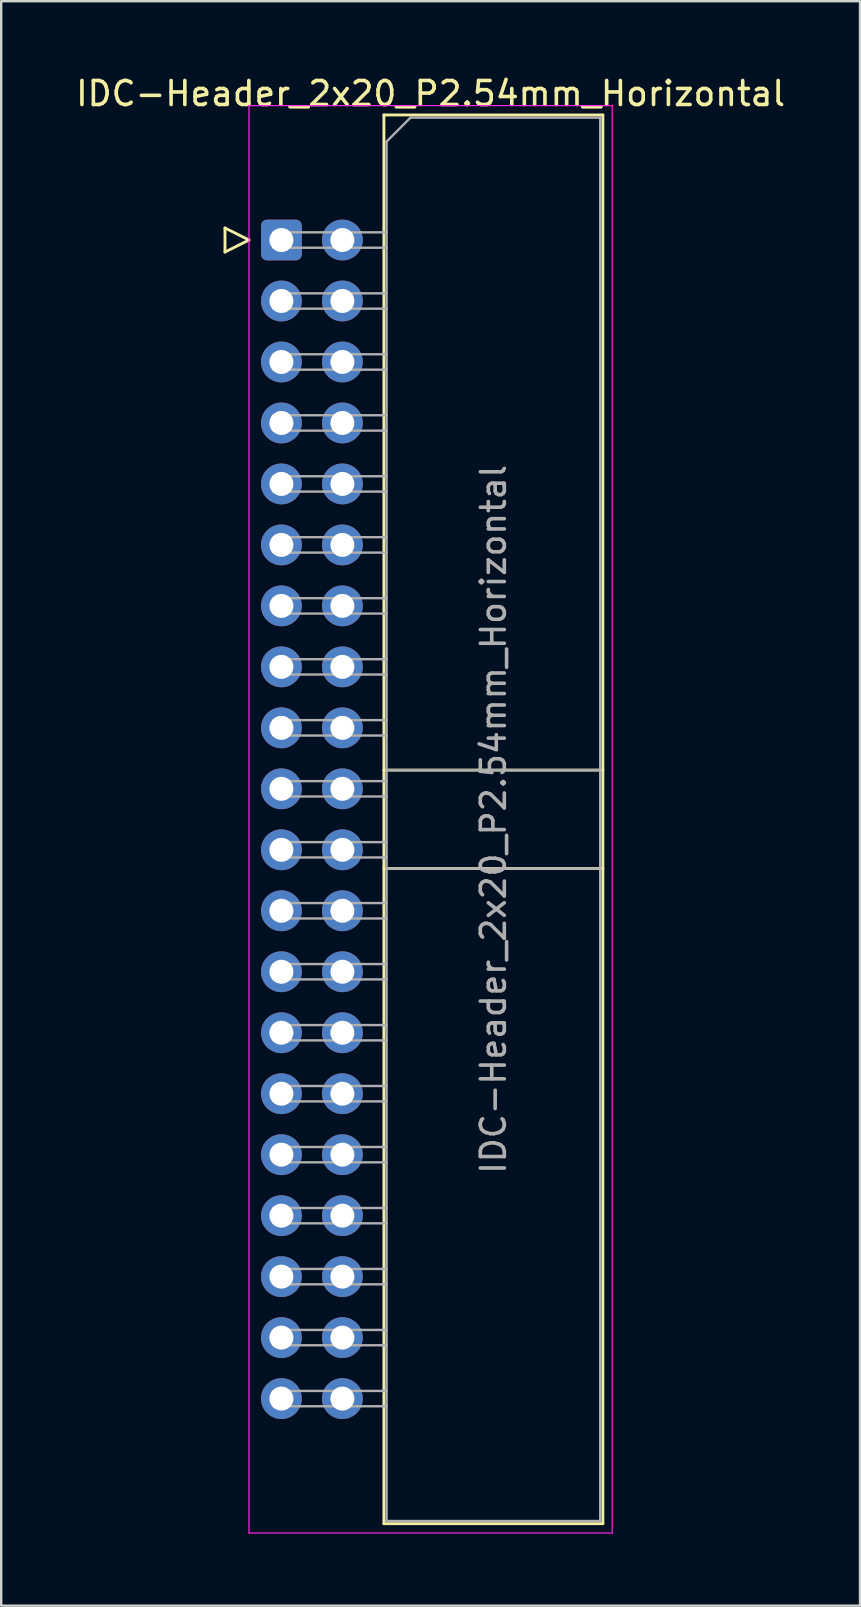
<source format=kicad_pcb>
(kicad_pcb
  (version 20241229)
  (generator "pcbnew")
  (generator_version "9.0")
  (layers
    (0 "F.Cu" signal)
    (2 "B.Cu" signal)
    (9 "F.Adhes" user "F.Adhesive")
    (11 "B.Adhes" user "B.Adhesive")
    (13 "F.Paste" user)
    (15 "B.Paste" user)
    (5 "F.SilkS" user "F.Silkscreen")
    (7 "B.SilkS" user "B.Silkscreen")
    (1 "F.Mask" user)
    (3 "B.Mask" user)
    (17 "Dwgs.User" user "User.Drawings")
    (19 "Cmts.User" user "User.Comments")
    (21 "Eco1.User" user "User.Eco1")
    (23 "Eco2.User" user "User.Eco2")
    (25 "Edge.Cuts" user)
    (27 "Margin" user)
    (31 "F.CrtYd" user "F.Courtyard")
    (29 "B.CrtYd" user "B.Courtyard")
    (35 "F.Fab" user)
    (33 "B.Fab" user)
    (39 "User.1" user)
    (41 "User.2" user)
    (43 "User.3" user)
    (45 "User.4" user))
  (footprint "IDC-Header_2x20_P2.54mm_Horizontal"
    (layer "F.Cu")
    (at 8.672 6.948)
    (property "Reference" "IDC-Header_2x20_P2.54mm_Horizontal" (at 6.215 -6.1 0) (layer "F.SilkS") (effects (font (size 1 1) (thickness 0.15))))
    (attr through_hole)
    (fp_line (start -2.35 -0.5) (end -2.35 0.5) (stroke (width 0.12) (type solid)) (layer "F.SilkS"))
    (fp_line (start -2.35 0.5) (end -1.35 0) (stroke (width 0.12) (type solid)) (layer "F.SilkS"))
    (fp_line (start -1.35 0) (end -2.35 -0.5) (stroke (width 0.12) (type solid)) (layer "F.SilkS"))
    (fp_line (start 4.27 -5.21) (end 13.39 -5.21) (stroke (width 0.12) (type solid)) (layer "F.SilkS"))
    (fp_line (start 4.27 22.08) (end 13.39 22.08) (stroke (width 0.12) (type solid)) (layer "F.SilkS"))
    (fp_line (start 4.27 26.18) (end 13.39 26.18) (stroke (width 0.12) (type solid)) (layer "F.SilkS"))
    (fp_line (start 4.27 53.47) (end 4.27 -5.21) (stroke (width 0.12) (type solid)) (layer "F.SilkS"))
    (fp_line (start 13.39 -5.21) (end 13.39 53.47) (stroke (width 0.12) (type solid)) (layer "F.SilkS"))
    (fp_line (start 13.39 53.47) (end 4.27 53.47) (stroke (width 0.12) (type solid)) (layer "F.SilkS"))
    (fp_line (start -1.35 -5.6) (end -1.35 53.86) (stroke (width 0.05) (type solid)) (layer "F.CrtYd"))
    (fp_line (start -1.35 53.86) (end 13.78 53.86) (stroke (width 0.05) (type solid)) (layer "F.CrtYd"))
    (fp_line (start 13.78 -5.6) (end -1.35 -5.6) (stroke (width 0.05) (type solid)) (layer "F.CrtYd"))
    (fp_line (start 13.78 53.86) (end 13.78 -5.6) (stroke (width 0.05) (type solid)) (layer "F.CrtYd"))
    (fp_line (start -0.32 -0.32) (end -0.32 0.32) (stroke (width 0.1) (type solid)) (layer "F.Fab"))
    (fp_line (start -0.32 0.32) (end 4.38 0.32) (stroke (width 0.1) (type solid)) (layer "F.Fab"))
    (fp_line (start -0.32 2.22) (end -0.32 2.86) (stroke (width 0.1) (type solid)) (layer "F.Fab"))
    (fp_line (start -0.32 2.86) (end 4.38 2.86) (stroke (width 0.1) (type solid)) (layer "F.Fab"))
    (fp_line (start -0.32 4.76) (end -0.32 5.4) (stroke (width 0.1) (type solid)) (layer "F.Fab"))
    (fp_line (start -0.32 5.4) (end 4.38 5.4) (stroke (width 0.1) (type solid)) (layer "F.Fab"))
    (fp_line (start -0.32 7.3) (end -0.32 7.94) (stroke (width 0.1) (type solid)) (layer "F.Fab"))
    (fp_line (start -0.32 7.94) (end 4.38 7.94) (stroke (width 0.1) (type solid)) (layer "F.Fab"))
    (fp_line (start -0.32 9.84) (end -0.32 10.48) (stroke (width 0.1) (type solid)) (layer "F.Fab"))
    (fp_line (start -0.32 10.48) (end 4.38 10.48) (stroke (width 0.1) (type solid)) (layer "F.Fab"))
    (fp_line (start -0.32 12.38) (end -0.32 13.02) (stroke (width 0.1) (type solid)) (layer "F.Fab"))
    (fp_line (start -0.32 13.02) (end 4.38 13.02) (stroke (width 0.1) (type solid)) (layer "F.Fab"))
    (fp_line (start -0.32 14.92) (end -0.32 15.56) (stroke (width 0.1) (type solid)) (layer "F.Fab"))
    (fp_line (start -0.32 15.56) (end 4.38 15.56) (stroke (width 0.1) (type solid)) (layer "F.Fab"))
    (fp_line (start -0.32 17.46) (end -0.32 18.1) (stroke (width 0.1) (type solid)) (layer "F.Fab"))
    (fp_line (start -0.32 18.1) (end 4.38 18.1) (stroke (width 0.1) (type solid)) (layer "F.Fab"))
    (fp_line (start -0.32 20) (end -0.32 20.64) (stroke (width 0.1) (type solid)) (layer "F.Fab"))
    (fp_line (start -0.32 20.64) (end 4.38 20.64) (stroke (width 0.1) (type solid)) (layer "F.Fab"))
    (fp_line (start -0.32 22.54) (end -0.32 23.18) (stroke (width 0.1) (type solid)) (layer "F.Fab"))
    (fp_line (start -0.32 23.18) (end 4.38 23.18) (stroke (width 0.1) (type solid)) (layer "F.Fab"))
    (fp_line (start -0.32 25.08) (end -0.32 25.72) (stroke (width 0.1) (type solid)) (layer "F.Fab"))
    (fp_line (start -0.32 25.72) (end 4.38 25.72) (stroke (width 0.1) (type solid)) (layer "F.Fab"))
    (fp_line (start -0.32 27.62) (end -0.32 28.26) (stroke (width 0.1) (type solid)) (layer "F.Fab"))
    (fp_line (start -0.32 28.26) (end 4.38 28.26) (stroke (width 0.1) (type solid)) (layer "F.Fab"))
    (fp_line (start -0.32 30.16) (end -0.32 30.8) (stroke (width 0.1) (type solid)) (layer "F.Fab"))
    (fp_line (start -0.32 30.8) (end 4.38 30.8) (stroke (width 0.1) (type solid)) (layer "F.Fab"))
    (fp_line (start -0.32 32.7) (end -0.32 33.34) (stroke (width 0.1) (type solid)) (layer "F.Fab"))
    (fp_line (start -0.32 33.34) (end 4.38 33.34) (stroke (width 0.1) (type solid)) (layer "F.Fab"))
    (fp_line (start -0.32 35.24) (end -0.32 35.88) (stroke (width 0.1) (type solid)) (layer "F.Fab"))
    (fp_line (start -0.32 35.88) (end 4.38 35.88) (stroke (width 0.1) (type solid)) (layer "F.Fab"))
    (fp_line (start -0.32 37.78) (end -0.32 38.42) (stroke (width 0.1) (type solid)) (layer "F.Fab"))
    (fp_line (start -0.32 38.42) (end 4.38 38.42) (stroke (width 0.1) (type solid)) (layer "F.Fab"))
    (fp_line (start -0.32 40.32) (end -0.32 40.96) (stroke (width 0.1) (type solid)) (layer "F.Fab"))
    (fp_line (start -0.32 40.96) (end 4.38 40.96) (stroke (width 0.1) (type solid)) (layer "F.Fab"))
    (fp_line (start -0.32 42.86) (end -0.32 43.5) (stroke (width 0.1) (type solid)) (layer "F.Fab"))
    (fp_line (start -0.32 43.5) (end 4.38 43.5) (stroke (width 0.1) (type solid)) (layer "F.Fab"))
    (fp_line (start -0.32 45.4) (end -0.32 46.04) (stroke (width 0.1) (type solid)) (layer "F.Fab"))
    (fp_line (start -0.32 46.04) (end 4.38 46.04) (stroke (width 0.1) (type solid)) (layer "F.Fab"))
    (fp_line (start -0.32 47.94) (end -0.32 48.58) (stroke (width 0.1) (type solid)) (layer "F.Fab"))
    (fp_line (start -0.32 48.58) (end 4.38 48.58) (stroke (width 0.1) (type solid)) (layer "F.Fab"))
    (fp_line (start 4.38 -4.1) (end 5.38 -5.1) (stroke (width 0.1) (type solid)) (layer "F.Fab"))
    (fp_line (start 4.38 -0.32) (end -0.32 -0.32) (stroke (width 0.1) (type solid)) (layer "F.Fab"))
    (fp_line (start 4.38 2.22) (end -0.32 2.22) (stroke (width 0.1) (type solid)) (layer "F.Fab"))
    (fp_line (start 4.38 4.76) (end -0.32 4.76) (stroke (width 0.1) (type solid)) (layer "F.Fab"))
    (fp_line (start 4.38 7.3) (end -0.32 7.3) (stroke (width 0.1) (type solid)) (layer "F.Fab"))
    (fp_line (start 4.38 9.84) (end -0.32 9.84) (stroke (width 0.1) (type solid)) (layer "F.Fab"))
    (fp_line (start 4.38 12.38) (end -0.32 12.38) (stroke (width 0.1) (type solid)) (layer "F.Fab"))
    (fp_line (start 4.38 14.92) (end -0.32 14.92) (stroke (width 0.1) (type solid)) (layer "F.Fab"))
    (fp_line (start 4.38 17.46) (end -0.32 17.46) (stroke (width 0.1) (type solid)) (layer "F.Fab"))
    (fp_line (start 4.38 20) (end -0.32 20) (stroke (width 0.1) (type solid)) (layer "F.Fab"))
    (fp_line (start 4.38 22.08) (end 13.28 22.08) (stroke (width 0.1) (type solid)) (layer "F.Fab"))
    (fp_line (start 4.38 22.54) (end -0.32 22.54) (stroke (width 0.1) (type solid)) (layer "F.Fab"))
    (fp_line (start 4.38 25.08) (end -0.32 25.08) (stroke (width 0.1) (type solid)) (layer "F.Fab"))
    (fp_line (start 4.38 26.18) (end 13.28 26.18) (stroke (width 0.1) (type solid)) (layer "F.Fab"))
    (fp_line (start 4.38 27.62) (end -0.32 27.62) (stroke (width 0.1) (type solid)) (layer "F.Fab"))
    (fp_line (start 4.38 30.16) (end -0.32 30.16) (stroke (width 0.1) (type solid)) (layer "F.Fab"))
    (fp_line (start 4.38 32.7) (end -0.32 32.7) (stroke (width 0.1) (type solid)) (layer "F.Fab"))
    (fp_line (start 4.38 35.24) (end -0.32 35.24) (stroke (width 0.1) (type solid)) (layer "F.Fab"))
    (fp_line (start 4.38 37.78) (end -0.32 37.78) (stroke (width 0.1) (type solid)) (layer "F.Fab"))
    (fp_line (start 4.38 40.32) (end -0.32 40.32) (stroke (width 0.1) (type solid)) (layer "F.Fab"))
    (fp_line (start 4.38 42.86) (end -0.32 42.86) (stroke (width 0.1) (type solid)) (layer "F.Fab"))
    (fp_line (start 4.38 45.4) (end -0.32 45.4) (stroke (width 0.1) (type solid)) (layer "F.Fab"))
    (fp_line (start 4.38 47.94) (end -0.32 47.94) (stroke (width 0.1) (type solid)) (layer "F.Fab"))
    (fp_line (start 4.38 53.36) (end 4.38 -4.1) (stroke (width 0.1) (type solid)) (layer "F.Fab"))
    (fp_line (start 5.38 -5.1) (end 13.28 -5.1) (stroke (width 0.1) (type solid)) (layer "F.Fab"))
    (fp_line (start 13.28 -5.1) (end 13.28 53.36) (stroke (width 0.1) (type solid)) (layer "F.Fab"))
    (fp_line (start 13.28 53.36) (end 4.38 53.36) (stroke (width 0.1) (type solid)) (layer "F.Fab"))
    (fp_text user "${REFERENCE}" (at 8.83 24.13 90) (layer "F.Fab") (effects (font (size 1 1) (thickness 0.15))))
    (pad "1" thru_hole roundrect (at 0 0) (size 1.7 1.7) (drill 1) (layers "*.Cu" "*.Mask") (roundrect_rratio 0.147))
    (pad "2" thru_hole circle (at 2.54 0) (size 1.7 1.7) (drill 1) (layers "*.Cu" "*.Mask"))
    (pad "3" thru_hole circle (at 0 2.54) (size 1.7 1.7) (drill 1) (layers "*.Cu" "*.Mask"))
    (pad "4" thru_hole circle (at 2.54 2.54) (size 1.7 1.7) (drill 1) (layers "*.Cu" "*.Mask"))
    (pad "5" thru_hole circle (at 0 5.08) (size 1.7 1.7) (drill 1) (layers "*.Cu" "*.Mask"))
    (pad "6" thru_hole circle (at 2.54 5.08) (size 1.7 1.7) (drill 1) (layers "*.Cu" "*.Mask"))
    (pad "7" thru_hole circle (at 0 7.62) (size 1.7 1.7) (drill 1) (layers "*.Cu" "*.Mask"))
    (pad "8" thru_hole circle (at 2.54 7.62) (size 1.7 1.7) (drill 1) (layers "*.Cu" "*.Mask"))
    (pad "9" thru_hole circle (at 0 10.16) (size 1.7 1.7) (drill 1) (layers "*.Cu" "*.Mask"))
    (pad "10" thru_hole circle (at 2.54 10.16) (size 1.7 1.7) (drill 1) (layers "*.Cu" "*.Mask"))
    (pad "11" thru_hole circle (at 0 12.7) (size 1.7 1.7) (drill 1) (layers "*.Cu" "*.Mask"))
    (pad "12" thru_hole circle (at 2.54 12.7) (size 1.7 1.7) (drill 1) (layers "*.Cu" "*.Mask"))
    (pad "13" thru_hole circle (at 0 15.24) (size 1.7 1.7) (drill 1) (layers "*.Cu" "*.Mask"))
    (pad "14" thru_hole circle (at 2.54 15.24) (size 1.7 1.7) (drill 1) (layers "*.Cu" "*.Mask"))
    (pad "15" thru_hole circle (at 0 17.78) (size 1.7 1.7) (drill 1) (layers "*.Cu" "*.Mask"))
    (pad "16" thru_hole circle (at 2.54 17.78) (size 1.7 1.7) (drill 1) (layers "*.Cu" "*.Mask"))
    (pad "17" thru_hole circle (at 0 20.32) (size 1.7 1.7) (drill 1) (layers "*.Cu" "*.Mask"))
    (pad "18" thru_hole circle (at 2.54 20.32) (size 1.7 1.7) (drill 1) (layers "*.Cu" "*.Mask"))
    (pad "19" thru_hole circle (at 0 22.86) (size 1.7 1.7) (drill 1) (layers "*.Cu" "*.Mask"))
    (pad "20" thru_hole circle (at 2.54 22.86) (size 1.7 1.7) (drill 1) (layers "*.Cu" "*.Mask"))
    (pad "21" thru_hole circle (at 0 25.4) (size 1.7 1.7) (drill 1) (layers "*.Cu" "*.Mask"))
    (pad "22" thru_hole circle (at 2.54 25.4) (size 1.7 1.7) (drill 1) (layers "*.Cu" "*.Mask"))
    (pad "23" thru_hole circle (at 0 27.94) (size 1.7 1.7) (drill 1) (layers "*.Cu" "*.Mask"))
    (pad "24" thru_hole circle (at 2.54 27.94) (size 1.7 1.7) (drill 1) (layers "*.Cu" "*.Mask"))
    (pad "25" thru_hole circle (at 0 30.48) (size 1.7 1.7) (drill 1) (layers "*.Cu" "*.Mask"))
    (pad "26" thru_hole circle (at 2.54 30.48) (size 1.7 1.7) (drill 1) (layers "*.Cu" "*.Mask"))
    (pad "27" thru_hole circle (at 0 33.02) (size 1.7 1.7) (drill 1) (layers "*.Cu" "*.Mask"))
    (pad "28" thru_hole circle (at 2.54 33.02) (size 1.7 1.7) (drill 1) (layers "*.Cu" "*.Mask"))
    (pad "29" thru_hole circle (at 0 35.56) (size 1.7 1.7) (drill 1) (layers "*.Cu" "*.Mask"))
    (pad "30" thru_hole circle (at 2.54 35.56) (size 1.7 1.7) (drill 1) (layers "*.Cu" "*.Mask"))
    (pad "31" thru_hole circle (at 0 38.1) (size 1.7 1.7) (drill 1) (layers "*.Cu" "*.Mask"))
    (pad "32" thru_hole circle (at 2.54 38.1) (size 1.7 1.7) (drill 1) (layers "*.Cu" "*.Mask"))
    (pad "33" thru_hole circle (at 0 40.64) (size 1.7 1.7) (drill 1) (layers "*.Cu" "*.Mask"))
    (pad "34" thru_hole circle (at 2.54 40.64) (size 1.7 1.7) (drill 1) (layers "*.Cu" "*.Mask"))
    (pad "35" thru_hole circle (at 0 43.18) (size 1.7 1.7) (drill 1) (layers "*.Cu" "*.Mask"))
    (pad "36" thru_hole circle (at 2.54 43.18) (size 1.7 1.7) (drill 1) (layers "*.Cu" "*.Mask"))
    (pad "37" thru_hole circle (at 0 45.72) (size 1.7 1.7) (drill 1) (layers "*.Cu" "*.Mask"))
    (pad "38" thru_hole circle (at 2.54 45.72) (size 1.7 1.7) (drill 1) (layers "*.Cu" "*.Mask"))
    (pad "39" thru_hole circle (at 0 48.26) (size 1.7 1.7) (drill 1) (layers "*.Cu" "*.Mask"))
    (pad "40" thru_hole circle (at 2.54 48.26) (size 1.7 1.7) (drill 1) (layers "*.Cu" "*.Mask")))
  (gr_rect
    (start -3 -3)
    (end 32.774 63.833)
    (stroke (width 0.1) (type default))
    (fill no)
    (layer "Edge.Cuts")))
</source>
